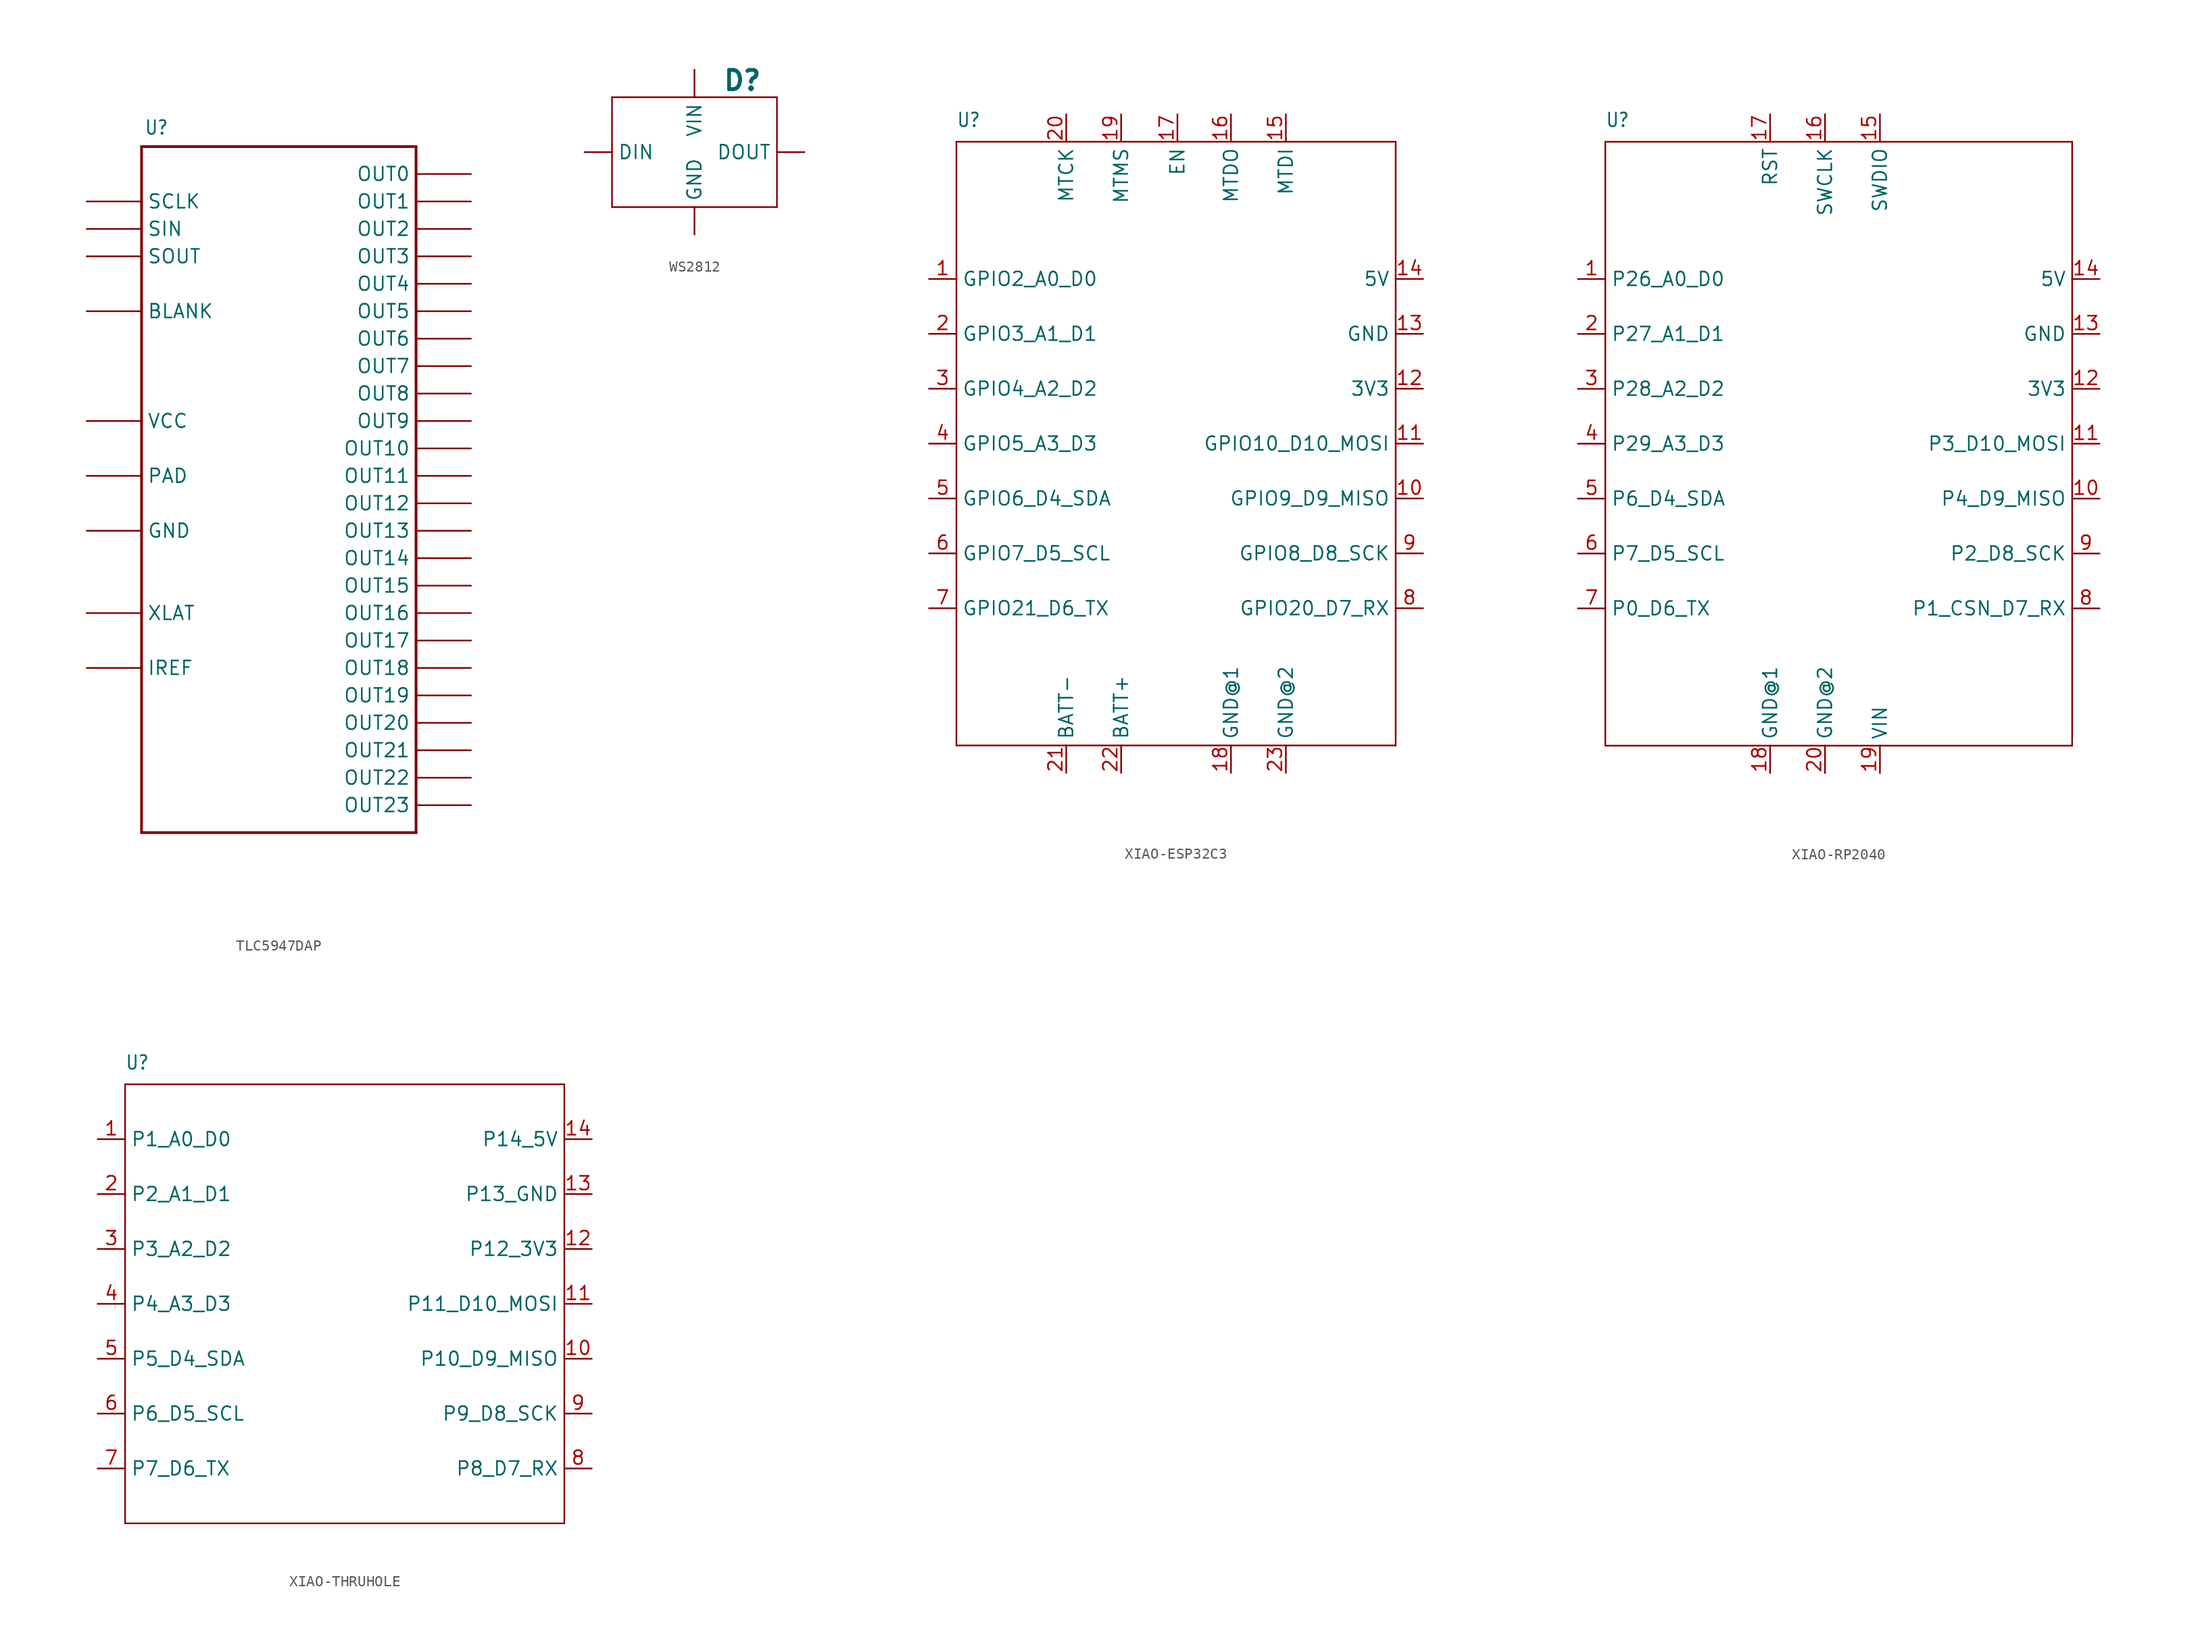
<source format=kicad_sym>
(kicad_symbol_lib
  (version 20241209)
  (generator "kicad_symbol_editor")
  (generator_version "9.0")
  (symbol "TLC5947DAP"
    (property "Reference" "U"
      (at -12.446 34.036 0)
      (effects (font (size 1.27 1.079)) (justify left bottom)))
    (property "Value" ""
      (at -12.7 -33.02 0)
      (effects (font (size 1.27 1.079)) (justify left bottom)))
    (property "ki_locked" ""
      (at 0 0 0)
      (effects (font (size 1.27 1.27))))
    (symbol "TLC5947DAP_1_0"
      (polyline (pts (xy -12.7 33.02) (xy 12.7 33.02)) (stroke (width 0.254) (type solid)) (fill (type none)))
      (polyline (pts (xy -12.7 -30.48) (xy -12.7 33.02)) (stroke (width 0.254) (type solid)) (fill (type none)))
      (polyline (pts (xy 12.7 33.02) (xy 12.7 -30.48)) (stroke (width 0.254) (type solid)) (fill (type none)))
      (polyline (pts (xy 12.7 -30.48) (xy -12.7 -30.48)) (stroke (width 0.254) (type solid)) (fill (type none)))
      (pin bidirectional line (at -17.78 27.94 0) (length 5.08) (name "SCLK" (effects (font (size 1.27 1.27)))) (number "3" (effects (font (size 0 0)))))
      (pin bidirectional line (at -17.78 25.4 0) (length 5.08) (name "SIN" (effects (font (size 1.27 1.27)))) (number "4" (effects (font (size 0 0)))))
      (pin bidirectional line (at -17.78 22.86 0) (length 5.08) (name "SOUT" (effects (font (size 1.27 1.27)))) (number "29" (effects (font (size 0 0)))))
      (pin bidirectional line (at -17.78 17.78 0) (length 5.08) (name "BLANK" (effects (font (size 1.27 1.27)))) (number "2" (effects (font (size 0 0)))))
      (pin bidirectional line (at -17.78 7.62 0) (length 5.08) (name "VCC" (effects (font (size 1.27 1.27)))) (number "32" (effects (font (size 0 0)))))
      (pin bidirectional line (at -17.78 2.54 0) (length 5.08) (name "PAD" (effects (font (size 1.27 1.27)))) (number "EXP" (effects (font (size 0 0)))))
      (pin bidirectional line (at -17.78 -2.54 0) (length 5.08) (name "GND" (effects (font (size 1.27 1.27)))) (number "1" (effects (font (size 0 0)))))
      (pin bidirectional line (at -17.78 -10.16 0) (length 5.08) (name "XLAT" (effects (font (size 1.27 1.27)))) (number "30" (effects (font (size 0 0)))))
      (pin bidirectional line (at -17.78 -15.24 0) (length 5.08) (name "IREF" (effects (font (size 1.27 1.27)))) (number "31" (effects (font (size 0 0)))))
      (pin bidirectional line (at 17.78 30.48 180) (length 5.08) (name "OUT0" (effects (font (size 1.27 1.27)))) (number "5" (effects (font (size 0 0)))))
      (pin bidirectional line (at 17.78 27.94 180) (length 5.08) (name "OUT1" (effects (font (size 1.27 1.27)))) (number "6" (effects (font (size 0 0)))))
      (pin bidirectional line (at 17.78 25.4 180) (length 5.08) (name "OUT2" (effects (font (size 1.27 1.27)))) (number "7" (effects (font (size 0 0)))))
      (pin bidirectional line (at 17.78 22.86 180) (length 5.08) (name "OUT3" (effects (font (size 1.27 1.27)))) (number "8" (effects (font (size 0 0)))))
      (pin bidirectional line (at 17.78 20.32 180) (length 5.08) (name "OUT4" (effects (font (size 1.27 1.27)))) (number "9" (effects (font (size 0 0)))))
      (pin bidirectional line (at 17.78 17.78 180) (length 5.08) (name "OUT5" (effects (font (size 1.27 1.27)))) (number "10" (effects (font (size 0 0)))))
      (pin bidirectional line (at 17.78 15.24 180) (length 5.08) (name "OUT6" (effects (font (size 1.27 1.27)))) (number "11" (effects (font (size 0 0)))))
      (pin bidirectional line (at 17.78 12.7 180) (length 5.08) (name "OUT7" (effects (font (size 1.27 1.27)))) (number "12" (effects (font (size 0 0)))))
      (pin bidirectional line (at 17.78 10.16 180) (length 5.08) (name "OUT8" (effects (font (size 1.27 1.27)))) (number "13" (effects (font (size 0 0)))))
      (pin bidirectional line (at 17.78 7.62 180) (length 5.08) (name "OUT9" (effects (font (size 1.27 1.27)))) (number "14" (effects (font (size 0 0)))))
      (pin bidirectional line (at 17.78 5.08 180) (length 5.08) (name "OUT10" (effects (font (size 1.27 1.27)))) (number "15" (effects (font (size 0 0)))))
      (pin bidirectional line (at 17.78 2.54 180) (length 5.08) (name "OUT11" (effects (font (size 1.27 1.27)))) (number "16" (effects (font (size 0 0)))))
      (pin bidirectional line (at 17.78 0 180) (length 5.08) (name "OUT12" (effects (font (size 1.27 1.27)))) (number "17" (effects (font (size 0 0)))))
      (pin bidirectional line (at 17.78 -2.54 180) (length 5.08) (name "OUT13" (effects (font (size 1.27 1.27)))) (number "18" (effects (font (size 0 0)))))
      (pin bidirectional line (at 17.78 -5.08 180) (length 5.08) (name "OUT14" (effects (font (size 1.27 1.27)))) (number "19" (effects (font (size 0 0)))))
      (pin bidirectional line (at 17.78 -7.62 180) (length 5.08) (name "OUT15" (effects (font (size 1.27 1.27)))) (number "20" (effects (font (size 0 0)))))
      (pin bidirectional line (at 17.78 -10.16 180) (length 5.08) (name "OUT16" (effects (font (size 1.27 1.27)))) (number "21" (effects (font (size 0 0)))))
      (pin bidirectional line (at 17.78 -12.7 180) (length 5.08) (name "OUT17" (effects (font (size 1.27 1.27)))) (number "22" (effects (font (size 0 0)))))
      (pin bidirectional line (at 17.78 -15.24 180) (length 5.08) (name "OUT18" (effects (font (size 1.27 1.27)))) (number "23" (effects (font (size 0 0)))))
      (pin bidirectional line (at 17.78 -17.78 180) (length 5.08) (name "OUT19" (effects (font (size 1.27 1.27)))) (number "24" (effects (font (size 0 0)))))
      (pin bidirectional line (at 17.78 -20.32 180) (length 5.08) (name "OUT20" (effects (font (size 1.27 1.27)))) (number "25" (effects (font (size 0 0)))))
      (pin bidirectional line (at 17.78 -22.86 180) (length 5.08) (name "OUT21" (effects (font (size 1.27 1.27)))) (number "26" (effects (font (size 0 0)))))
      (pin bidirectional line (at 17.78 -25.4 180) (length 5.08) (name "OUT22" (effects (font (size 1.27 1.27)))) (number "27" (effects (font (size 0 0)))))
      (pin bidirectional line (at 17.78 -27.94 180) (length 5.08) (name "OUT23" (effects (font (size 1.27 1.27)))) (number "28" (effects (font (size 0 0)))))))
  (symbol "WS2812"
    (property "Reference" "D"
      (at 2.54 5.588 0)
      (effects (font (size 1.778 1.778) (thickness 0.356) (bold yes)) (justify left bottom)))
    (property "Value" ""
      (at 2.54 -7.62 0)
      (effects (font (size 1.778 1.778) (thickness 0.356) (bold yes)) (justify left bottom)))
    (property "ki_locked" ""
      (at 0 0 0)
      (effects (font (size 1.27 1.27))))
    (symbol "WS2812_1_0"
      (polyline (pts (xy -7.62 5.08) (xy 7.62 5.08)) (stroke (width 0.152) (type solid)) (fill (type none)))
      (polyline (pts (xy -7.62 -5.08) (xy -7.62 5.08)) (stroke (width 0.152) (type solid)) (fill (type none)))
      (polyline (pts (xy 7.62 5.08) (xy 7.62 -5.08)) (stroke (width 0.152) (type solid)) (fill (type none)))
      (polyline (pts (xy 7.62 -5.08) (xy -7.62 -5.08)) (stroke (width 0.152) (type solid)) (fill (type none)))
      (pin input line (at -10.16 0 0) (length 2.54) (name "DIN" (effects (font (size 1.27 1.27)))) (number "DIN" (effects (font (size 0 0)))))
      (pin passive line (at 0 7.62 270) (length 2.54) (name "VIN" (effects (font (size 1.27 1.27)))) (number "VCC" (effects (font (size 0 0)))))
      (pin power_in line (at 0 -7.62 90) (length 2.54) (name "GND" (effects (font (size 1.27 1.27)))) (number "GND" (effects (font (size 0 0)))))
      (pin output line (at 10.16 0 180) (length 2.54) (name "DOUT" (effects (font (size 1.27 1.27)))) (number "DOUT" (effects (font (size 0 0)))))))
  (symbol "XIAO-ESP32C3"
    (property "Reference" "U"
      (at -20.32 29.21 0)
      (effects (font (size 1.27 1.079)) (justify left bottom)))
    (property "Value" ""
      (at -20.32 27.94 0)
      (effects (font (size 1.27 1.079)) (justify left bottom)))
    (property "ki_locked" ""
      (at 0 0 0)
      (effects (font (size 1.27 1.27))))
    (symbol "XIAO-ESP32C3_1_0"
      (polyline (pts (xy -20.32 27.94) (xy -20.32 -27.94)) (stroke (width 0.152) (type solid)) (fill (type none)))
      (polyline (pts (xy -20.32 -27.94) (xy 20.32 -27.94)) (stroke (width 0.152) (type solid)) (fill (type none)))
      (polyline (pts (xy 20.32 27.94) (xy -20.32 27.94)) (stroke (width 0.152) (type solid)) (fill (type none)))
      (polyline (pts (xy 20.32 -27.94) (xy 20.32 27.94)) (stroke (width 0.152) (type solid)) (fill (type none)))
      (pin bidirectional line (at -22.86 15.24 0) (length 2.54) (name "GPIO2_A0_D0" (effects (font (size 1.27 1.27)))) (number "1" (effects (font (size 1.27 1.27)))))
      (pin bidirectional line (at -22.86 10.16 0) (length 2.54) (name "GPIO3_A1_D1" (effects (font (size 1.27 1.27)))) (number "2" (effects (font (size 1.27 1.27)))))
      (pin bidirectional line (at -22.86 5.08 0) (length 2.54) (name "GPIO4_A2_D2" (effects (font (size 1.27 1.27)))) (number "3" (effects (font (size 1.27 1.27)))))
      (pin bidirectional line (at -22.86 0 0) (length 2.54) (name "GPIO5_A3_D3" (effects (font (size 1.27 1.27)))) (number "4" (effects (font (size 1.27 1.27)))))
      (pin bidirectional line (at -22.86 -5.08 0) (length 2.54) (name "GPIO6_D4_SDA" (effects (font (size 1.27 1.27)))) (number "5" (effects (font (size 1.27 1.27)))))
      (pin bidirectional line (at -22.86 -10.16 0) (length 2.54) (name "GPIO7_D5_SCL" (effects (font (size 1.27 1.27)))) (number "6" (effects (font (size 1.27 1.27)))))
      (pin bidirectional line (at -22.86 -15.24 0) (length 2.54) (name "GPIO21_D6_TX" (effects (font (size 1.27 1.27)))) (number "7" (effects (font (size 1.27 1.27)))))
      (pin bidirectional line (at -10.16 30.48 270) (length 2.54) (name "MTCK" (effects (font (size 1.27 1.27)))) (number "20" (effects (font (size 1.27 1.27)))))
      (pin bidirectional line (at -10.16 -30.48 90) (length 2.54) (name "BATT-" (effects (font (size 1.27 1.27)))) (number "21" (effects (font (size 1.27 1.27)))))
      (pin bidirectional line (at -5.08 30.48 270) (length 2.54) (name "MTMS" (effects (font (size 1.27 1.27)))) (number "19" (effects (font (size 1.27 1.27)))))
      (pin bidirectional line (at -5.08 -30.48 90) (length 2.54) (name "BATT+" (effects (font (size 1.27 1.27)))) (number "22" (effects (font (size 1.27 1.27)))))
      (pin bidirectional line (at 0.127 30.48 270) (length 2.54) (name "EN" (effects (font (size 1.27 1.27)))) (number "17" (effects (font (size 1.27 1.27)))))
      (pin bidirectional line (at 5.08 30.48 270) (length 2.54) (name "MTDO" (effects (font (size 1.27 1.27)))) (number "16" (effects (font (size 1.27 1.27)))))
      (pin bidirectional line (at 5.08 -30.48 90) (length 2.54) (name "GND@1" (effects (font (size 1.27 1.27)))) (number "18" (effects (font (size 1.27 1.27)))))
      (pin bidirectional line (at 10.16 30.48 270) (length 2.54) (name "MTDI" (effects (font (size 1.27 1.27)))) (number "15" (effects (font (size 1.27 1.27)))))
      (pin bidirectional line (at 10.16 -30.48 90) (length 2.54) (name "GND@2" (effects (font (size 1.27 1.27)))) (number "23" (effects (font (size 1.27 1.27)))))
      (pin bidirectional line (at 22.86 15.24 180) (length 2.54) (name "5V" (effects (font (size 1.27 1.27)))) (number "14" (effects (font (size 1.27 1.27)))))
      (pin bidirectional line (at 22.86 10.16 180) (length 2.54) (name "GND" (effects (font (size 1.27 1.27)))) (number "13" (effects (font (size 1.27 1.27)))))
      (pin bidirectional line (at 22.86 5.08 180) (length 2.54) (name "3V3" (effects (font (size 1.27 1.27)))) (number "12" (effects (font (size 1.27 1.27)))))
      (pin bidirectional line (at 22.86 0 180) (length 2.54) (name "GPIO10_D10_MOSI" (effects (font (size 1.27 1.27)))) (number "11" (effects (font (size 1.27 1.27)))))
      (pin bidirectional line (at 22.86 -5.08 180) (length 2.54) (name "GPIO9_D9_MISO" (effects (font (size 1.27 1.27)))) (number "10" (effects (font (size 1.27 1.27)))))
      (pin bidirectional line (at 22.86 -10.16 180) (length 2.54) (name "GPIO8_D8_SCK" (effects (font (size 1.27 1.27)))) (number "9" (effects (font (size 1.27 1.27)))))
      (pin bidirectional line (at 22.86 -15.24 180) (length 2.54) (name "GPIO20_D7_RX" (effects (font (size 1.27 1.27)))) (number "8" (effects (font (size 1.27 1.27)))))))
  (symbol "XIAO-RP2040"
    (property "Reference" "U"
      (at -20.32 29.21 0)
      (effects (font (size 1.27 1.079)) (justify left bottom)))
    (property "Value" ""
      (at -20.32 27.94 0)
      (effects (font (size 1.27 1.079)) (justify left bottom)))
    (property "ki_locked" ""
      (at 0 0 0)
      (effects (font (size 1.27 1.27))))
    (symbol "XIAO-RP2040_1_0"
      (polyline (pts (xy -20.32 27.94) (xy -20.32 -27.94)) (stroke (width 0.152) (type solid)) (fill (type none)))
      (polyline (pts (xy -20.32 -27.94) (xy 22.86 -27.94)) (stroke (width 0.152) (type solid)) (fill (type none)))
      (polyline (pts (xy 22.86 27.94) (xy -20.32 27.94)) (stroke (width 0.152) (type solid)) (fill (type none)))
      (polyline (pts (xy 22.86 -27.94) (xy 22.86 27.94)) (stroke (width 0.152) (type solid)) (fill (type none)))
      (pin bidirectional line (at -22.86 15.24 0) (length 2.54) (name "P26_A0_D0" (effects (font (size 1.27 1.27)))) (number "1" (effects (font (size 1.27 1.27)))))
      (pin bidirectional line (at -22.86 10.16 0) (length 2.54) (name "P27_A1_D1" (effects (font (size 1.27 1.27)))) (number "2" (effects (font (size 1.27 1.27)))))
      (pin bidirectional line (at -22.86 5.08 0) (length 2.54) (name "P28_A2_D2" (effects (font (size 1.27 1.27)))) (number "3" (effects (font (size 1.27 1.27)))))
      (pin bidirectional line (at -22.86 0 0) (length 2.54) (name "P29_A3_D3" (effects (font (size 1.27 1.27)))) (number "4" (effects (font (size 1.27 1.27)))))
      (pin bidirectional line (at -22.86 -5.08 0) (length 2.54) (name "P6_D4_SDA" (effects (font (size 1.27 1.27)))) (number "5" (effects (font (size 1.27 1.27)))))
      (pin bidirectional line (at -22.86 -10.16 0) (length 2.54) (name "P7_D5_SCL" (effects (font (size 1.27 1.27)))) (number "6" (effects (font (size 1.27 1.27)))))
      (pin bidirectional line (at -22.86 -15.24 0) (length 2.54) (name "P0_D6_TX" (effects (font (size 1.27 1.27)))) (number "7" (effects (font (size 1.27 1.27)))))
      (pin bidirectional line (at -5.08 30.48 270) (length 2.54) (name "RST" (effects (font (size 1.27 1.27)))) (number "17" (effects (font (size 1.27 1.27)))))
      (pin bidirectional line (at -5.08 -30.48 90) (length 2.54) (name "GND@1" (effects (font (size 1.27 1.27)))) (number "18" (effects (font (size 1.27 1.27)))))
      (pin bidirectional line (at 0 30.48 270) (length 2.54) (name "SWCLK" (effects (font (size 1.27 1.27)))) (number "16" (effects (font (size 1.27 1.27)))))
      (pin bidirectional line (at 0 -30.48 90) (length 2.54) (name "GND@2" (effects (font (size 1.27 1.27)))) (number "20" (effects (font (size 1.27 1.27)))))
      (pin bidirectional line (at 5.08 30.48 270) (length 2.54) (name "SWDIO" (effects (font (size 1.27 1.27)))) (number "15" (effects (font (size 1.27 1.27)))))
      (pin bidirectional line (at 5.08 -30.48 90) (length 2.54) (name "VIN" (effects (font (size 1.27 1.27)))) (number "19" (effects (font (size 1.27 1.27)))))
      (pin bidirectional line (at 25.4 15.24 180) (length 2.54) (name "5V" (effects (font (size 1.27 1.27)))) (number "14" (effects (font (size 1.27 1.27)))))
      (pin bidirectional line (at 25.4 10.16 180) (length 2.54) (name "GND" (effects (font (size 1.27 1.27)))) (number "13" (effects (font (size 1.27 1.27)))))
      (pin bidirectional line (at 25.4 5.08 180) (length 2.54) (name "3V3" (effects (font (size 1.27 1.27)))) (number "12" (effects (font (size 1.27 1.27)))))
      (pin bidirectional line (at 25.4 0 180) (length 2.54) (name "P3_D10_MOSI" (effects (font (size 1.27 1.27)))) (number "11" (effects (font (size 1.27 1.27)))))
      (pin bidirectional line (at 25.4 -5.08 180) (length 2.54) (name "P4_D9_MISO" (effects (font (size 1.27 1.27)))) (number "10" (effects (font (size 1.27 1.27)))))
      (pin bidirectional line (at 25.4 -10.16 180) (length 2.54) (name "P2_D8_SCK" (effects (font (size 1.27 1.27)))) (number "9" (effects (font (size 1.27 1.27)))))
      (pin bidirectional line (at 25.4 -15.24 180) (length 2.54) (name "P1_CSN_D7_RX" (effects (font (size 1.27 1.27)))) (number "8" (effects (font (size 1.27 1.27)))))))
  (symbol "XIAO-THRUHOLE"
    (property "Reference" "U"
      (at -20.32 24.13 0)
      (effects (font (size 1.27 1.079)) (justify left bottom)))
    (property "Value" ""
      (at -20.32 22.86 0)
      (effects (font (size 1.27 1.079)) (justify left bottom)))
    (property "ki_locked" ""
      (at 0 0 0)
      (effects (font (size 1.27 1.27))))
    (symbol "XIAO-THRUHOLE_1_0"
      (polyline (pts (xy -20.32 22.86) (xy -20.32 -17.78)) (stroke (width 0.152) (type solid)) (fill (type none)))
      (polyline (pts (xy -20.32 -17.78) (xy 20.32 -17.78)) (stroke (width 0.152) (type solid)) (fill (type none)))
      (polyline (pts (xy 20.32 22.86) (xy -20.32 22.86)) (stroke (width 0.152) (type solid)) (fill (type none)))
      (polyline (pts (xy 20.32 -17.78) (xy 20.32 22.86)) (stroke (width 0.152) (type solid)) (fill (type none)))
      (pin bidirectional line (at -22.86 17.78 0) (length 2.54) (name "P1_A0_D0" (effects (font (size 1.27 1.27)))) (number "1" (effects (font (size 1.27 1.27)))))
      (pin bidirectional line (at -22.86 12.7 0) (length 2.54) (name "P2_A1_D1" (effects (font (size 1.27 1.27)))) (number "2" (effects (font (size 1.27 1.27)))))
      (pin bidirectional line (at -22.86 7.62 0) (length 2.54) (name "P3_A2_D2" (effects (font (size 1.27 1.27)))) (number "3" (effects (font (size 1.27 1.27)))))
      (pin bidirectional line (at -22.86 2.54 0) (length 2.54) (name "P4_A3_D3" (effects (font (size 1.27 1.27)))) (number "4" (effects (font (size 1.27 1.27)))))
      (pin bidirectional line (at -22.86 -2.54 0) (length 2.54) (name "P5_D4_SDA" (effects (font (size 1.27 1.27)))) (number "5" (effects (font (size 1.27 1.27)))))
      (pin bidirectional line (at -22.86 -7.62 0) (length 2.54) (name "P6_D5_SCL" (effects (font (size 1.27 1.27)))) (number "6" (effects (font (size 1.27 1.27)))))
      (pin bidirectional line (at -22.86 -12.7 0) (length 2.54) (name "P7_D6_TX" (effects (font (size 1.27 1.27)))) (number "7" (effects (font (size 1.27 1.27)))))
      (pin bidirectional line (at 22.86 17.78 180) (length 2.54) (name "P14_5V" (effects (font (size 1.27 1.27)))) (number "14" (effects (font (size 1.27 1.27)))))
      (pin bidirectional line (at 22.86 12.7 180) (length 2.54) (name "P13_GND" (effects (font (size 1.27 1.27)))) (number "13" (effects (font (size 1.27 1.27)))))
      (pin bidirectional line (at 22.86 7.62 180) (length 2.54) (name "P12_3V3" (effects (font (size 1.27 1.27)))) (number "12" (effects (font (size 1.27 1.27)))))
      (pin bidirectional line (at 22.86 2.54 180) (length 2.54) (name "P11_D10_MOSI" (effects (font (size 1.27 1.27)))) (number "11" (effects (font (size 1.27 1.27)))))
      (pin bidirectional line (at 22.86 -2.54 180) (length 2.54) (name "P10_D9_MISO" (effects (font (size 1.27 1.27)))) (number "10" (effects (font (size 1.27 1.27)))))
      (pin bidirectional line (at 22.86 -7.62 180) (length 2.54) (name "P9_D8_SCK" (effects (font (size 1.27 1.27)))) (number "9" (effects (font (size 1.27 1.27)))))
      (pin bidirectional line (at 22.86 -12.7 180) (length 2.54) (name "P8_D7_RX" (effects (font (size 1.27 1.27)))) (number "8" (effects (font (size 1.27 1.27))))))))
</source>
